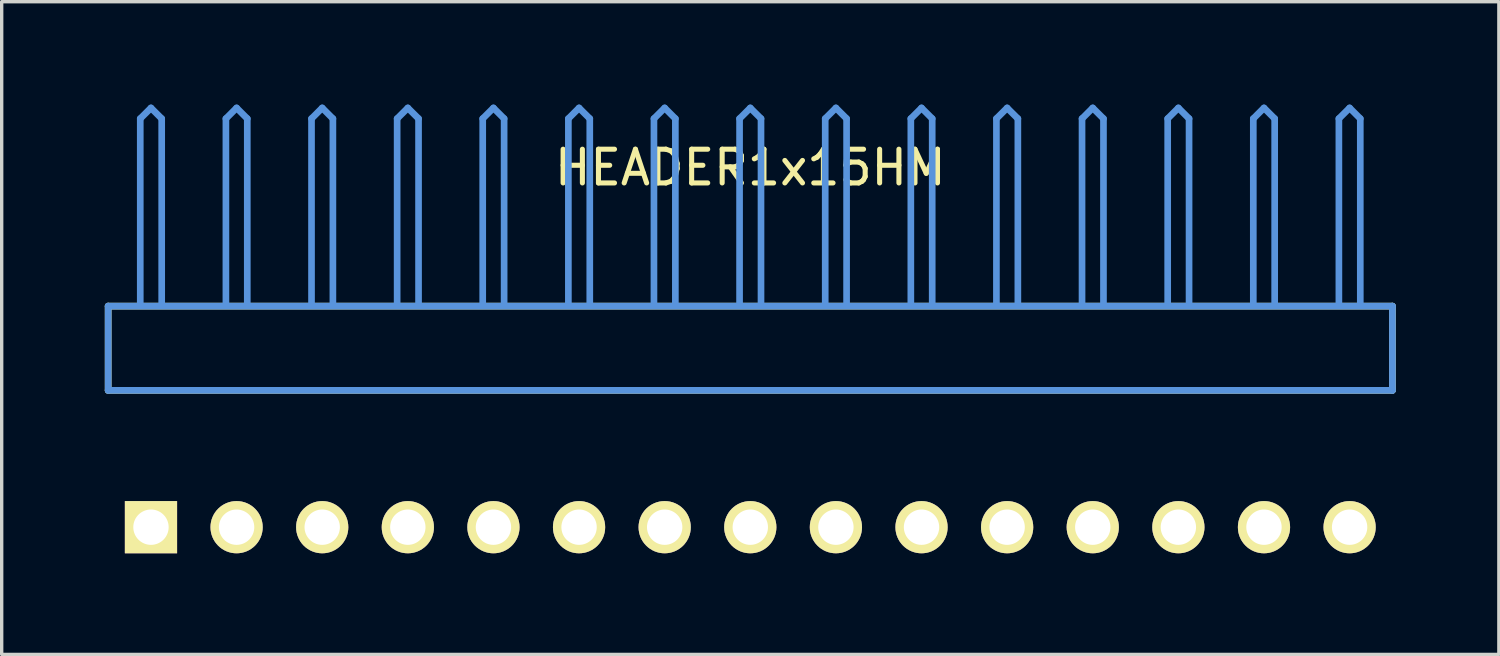
<source format=kicad_pcb>
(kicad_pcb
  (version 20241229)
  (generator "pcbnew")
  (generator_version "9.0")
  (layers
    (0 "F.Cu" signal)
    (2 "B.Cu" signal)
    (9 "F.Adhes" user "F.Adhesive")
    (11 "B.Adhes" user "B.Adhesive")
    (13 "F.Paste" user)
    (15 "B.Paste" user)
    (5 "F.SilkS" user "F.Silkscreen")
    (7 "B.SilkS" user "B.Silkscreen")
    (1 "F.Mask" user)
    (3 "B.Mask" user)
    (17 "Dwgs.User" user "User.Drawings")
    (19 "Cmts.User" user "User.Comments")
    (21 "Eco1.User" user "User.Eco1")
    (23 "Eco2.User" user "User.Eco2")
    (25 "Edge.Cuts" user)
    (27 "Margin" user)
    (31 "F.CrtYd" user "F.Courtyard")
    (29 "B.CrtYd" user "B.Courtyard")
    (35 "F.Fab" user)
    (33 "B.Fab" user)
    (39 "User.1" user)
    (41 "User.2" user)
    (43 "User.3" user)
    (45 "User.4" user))
  (footprint "HEADER1x15HM"
    (layer "F.Cu")
    (at 1.429 12.59)
    (property "Reference" "HEADER1x15HM" (at 17.78 -10.668 0) (layer "F.SilkS") (effects (font (size 1.001 1.001) (thickness 0.15))))
    (attr through_hole)
    (fp_line (start -1.27 -6.558) (end -1.27 -4.059) (stroke (width 0.198) (type solid)) (layer "F.SilkS"))
    (fp_line (start -1.27 -4.059) (end 36.83 -4.059) (stroke (width 0.198) (type solid)) (layer "F.SilkS"))
    (fp_line (start 36.83 -6.558) (end -1.27 -6.558) (stroke (width 0.198) (type solid)) (layer "F.SilkS"))
    (fp_line (start 36.83 -4.059) (end 36.83 -6.558) (stroke (width 0.198) (type solid)) (layer "F.SilkS"))
    (fp_line (start -1.27 -6.558) (end -1.27 -4.059) (stroke (width 0.198) (type solid)) (layer "Cmts.User"))
    (fp_line (start -1.27 -4.059) (end 36.83 -4.059) (stroke (width 0.198) (type solid)) (layer "Cmts.User"))
    (fp_line (start -0.318 -12.121) (end 0 -12.438) (stroke (width 0.198) (type solid)) (layer "Cmts.User"))
    (fp_line (start -0.318 -6.599) (end -0.318 -12.121) (stroke (width 0.198) (type solid)) (layer "Cmts.User"))
    (fp_line (start 0.318 -12.121) (end 0 -12.438) (stroke (width 0.198) (type solid)) (layer "Cmts.User"))
    (fp_line (start 0.318 -6.599) (end 0.318 -12.121) (stroke (width 0.198) (type solid)) (layer "Cmts.User"))
    (fp_line (start 2.223 -12.121) (end 2.54 -12.438) (stroke (width 0.198) (type solid)) (layer "Cmts.User"))
    (fp_line (start 2.223 -6.599) (end 2.223 -12.121) (stroke (width 0.198) (type solid)) (layer "Cmts.User"))
    (fp_line (start 2.857 -12.121) (end 2.54 -12.438) (stroke (width 0.198) (type solid)) (layer "Cmts.User"))
    (fp_line (start 2.857 -6.599) (end 2.857 -12.121) (stroke (width 0.198) (type solid)) (layer "Cmts.User"))
    (fp_line (start 4.763 -12.121) (end 5.08 -12.438) (stroke (width 0.198) (type solid)) (layer "Cmts.User"))
    (fp_line (start 4.763 -6.599) (end 4.763 -12.121) (stroke (width 0.198) (type solid)) (layer "Cmts.User"))
    (fp_line (start 5.397 -12.121) (end 5.08 -12.438) (stroke (width 0.198) (type solid)) (layer "Cmts.User"))
    (fp_line (start 5.397 -6.599) (end 5.397 -12.121) (stroke (width 0.198) (type solid)) (layer "Cmts.User"))
    (fp_line (start 7.303 -12.121) (end 7.62 -12.438) (stroke (width 0.198) (type solid)) (layer "Cmts.User"))
    (fp_line (start 7.303 -6.599) (end 7.303 -12.121) (stroke (width 0.198) (type solid)) (layer "Cmts.User"))
    (fp_line (start 7.938 -12.121) (end 7.62 -12.438) (stroke (width 0.198) (type solid)) (layer "Cmts.User"))
    (fp_line (start 7.938 -6.599) (end 7.938 -12.121) (stroke (width 0.198) (type solid)) (layer "Cmts.User"))
    (fp_line (start 9.842 -12.121) (end 10.16 -12.438) (stroke (width 0.198) (type solid)) (layer "Cmts.User"))
    (fp_line (start 9.842 -6.599) (end 9.842 -12.121) (stroke (width 0.198) (type solid)) (layer "Cmts.User"))
    (fp_line (start 10.477 -12.121) (end 10.16 -12.438) (stroke (width 0.198) (type solid)) (layer "Cmts.User"))
    (fp_line (start 10.477 -6.599) (end 10.477 -12.121) (stroke (width 0.198) (type solid)) (layer "Cmts.User"))
    (fp_line (start 12.383 -12.121) (end 12.7 -12.438) (stroke (width 0.198) (type solid)) (layer "Cmts.User"))
    (fp_line (start 12.383 -6.599) (end 12.383 -12.121) (stroke (width 0.198) (type solid)) (layer "Cmts.User"))
    (fp_line (start 13.018 -12.121) (end 12.7 -12.438) (stroke (width 0.198) (type solid)) (layer "Cmts.User"))
    (fp_line (start 13.018 -6.599) (end 13.018 -12.121) (stroke (width 0.198) (type solid)) (layer "Cmts.User"))
    (fp_line (start 14.922 -12.121) (end 15.24 -12.438) (stroke (width 0.198) (type solid)) (layer "Cmts.User"))
    (fp_line (start 14.922 -6.599) (end 14.922 -12.121) (stroke (width 0.198) (type solid)) (layer "Cmts.User"))
    (fp_line (start 15.557 -12.121) (end 15.24 -12.438) (stroke (width 0.198) (type solid)) (layer "Cmts.User"))
    (fp_line (start 15.557 -6.599) (end 15.557 -12.121) (stroke (width 0.198) (type solid)) (layer "Cmts.User"))
    (fp_line (start 17.462 -12.121) (end 17.78 -12.438) (stroke (width 0.198) (type solid)) (layer "Cmts.User"))
    (fp_line (start 17.462 -6.599) (end 17.462 -12.121) (stroke (width 0.198) (type solid)) (layer "Cmts.User"))
    (fp_line (start 18.098 -12.121) (end 17.78 -12.438) (stroke (width 0.198) (type solid)) (layer "Cmts.User"))
    (fp_line (start 18.098 -6.599) (end 18.098 -12.121) (stroke (width 0.198) (type solid)) (layer "Cmts.User"))
    (fp_line (start 20.003 -12.121) (end 20.32 -12.438) (stroke (width 0.198) (type solid)) (layer "Cmts.User"))
    (fp_line (start 20.003 -6.599) (end 20.003 -12.121) (stroke (width 0.198) (type solid)) (layer "Cmts.User"))
    (fp_line (start 20.637 -12.121) (end 20.32 -12.438) (stroke (width 0.198) (type solid)) (layer "Cmts.User"))
    (fp_line (start 20.637 -6.599) (end 20.637 -12.121) (stroke (width 0.198) (type solid)) (layer "Cmts.User"))
    (fp_line (start 22.543 -12.121) (end 22.86 -12.438) (stroke (width 0.198) (type solid)) (layer "Cmts.User"))
    (fp_line (start 22.543 -6.599) (end 22.543 -12.121) (stroke (width 0.198) (type solid)) (layer "Cmts.User"))
    (fp_line (start 23.177 -12.121) (end 22.86 -12.438) (stroke (width 0.198) (type solid)) (layer "Cmts.User"))
    (fp_line (start 23.177 -6.599) (end 23.177 -12.121) (stroke (width 0.198) (type solid)) (layer "Cmts.User"))
    (fp_line (start 25.082 -12.121) (end 25.4 -12.438) (stroke (width 0.198) (type solid)) (layer "Cmts.User"))
    (fp_line (start 25.082 -6.599) (end 25.082 -12.121) (stroke (width 0.198) (type solid)) (layer "Cmts.User"))
    (fp_line (start 25.718 -12.121) (end 25.4 -12.438) (stroke (width 0.198) (type solid)) (layer "Cmts.User"))
    (fp_line (start 25.718 -6.599) (end 25.718 -12.121) (stroke (width 0.198) (type solid)) (layer "Cmts.User"))
    (fp_line (start 27.622 -12.121) (end 27.94 -12.438) (stroke (width 0.198) (type solid)) (layer "Cmts.User"))
    (fp_line (start 27.622 -6.599) (end 27.622 -12.121) (stroke (width 0.198) (type solid)) (layer "Cmts.User"))
    (fp_line (start 28.258 -12.121) (end 27.94 -12.438) (stroke (width 0.198) (type solid)) (layer "Cmts.User"))
    (fp_line (start 28.258 -6.599) (end 28.258 -12.121) (stroke (width 0.198) (type solid)) (layer "Cmts.User"))
    (fp_line (start 30.163 -12.121) (end 30.48 -12.438) (stroke (width 0.198) (type solid)) (layer "Cmts.User"))
    (fp_line (start 30.163 -6.599) (end 30.163 -12.121) (stroke (width 0.198) (type solid)) (layer "Cmts.User"))
    (fp_line (start 30.797 -12.121) (end 30.48 -12.438) (stroke (width 0.198) (type solid)) (layer "Cmts.User"))
    (fp_line (start 30.797 -6.599) (end 30.797 -12.121) (stroke (width 0.198) (type solid)) (layer "Cmts.User"))
    (fp_line (start 32.703 -12.121) (end 33.02 -12.438) (stroke (width 0.198) (type solid)) (layer "Cmts.User"))
    (fp_line (start 32.703 -6.599) (end 32.703 -12.121) (stroke (width 0.198) (type solid)) (layer "Cmts.User"))
    (fp_line (start 33.337 -12.121) (end 33.02 -12.438) (stroke (width 0.198) (type solid)) (layer "Cmts.User"))
    (fp_line (start 33.337 -6.599) (end 33.337 -12.121) (stroke (width 0.198) (type solid)) (layer "Cmts.User"))
    (fp_line (start 35.242 -12.121) (end 35.56 -12.438) (stroke (width 0.198) (type solid)) (layer "Cmts.User"))
    (fp_line (start 35.242 -6.599) (end 35.242 -12.121) (stroke (width 0.198) (type solid)) (layer "Cmts.User"))
    (fp_line (start 35.877 -12.121) (end 35.56 -12.438) (stroke (width 0.198) (type solid)) (layer "Cmts.User"))
    (fp_line (start 35.877 -6.599) (end 35.877 -12.121) (stroke (width 0.198) (type solid)) (layer "Cmts.User"))
    (fp_line (start 36.83 -6.558) (end -1.27 -6.558) (stroke (width 0.198) (type solid)) (layer "Cmts.User"))
    (fp_line (start 36.83 -4.059) (end 36.83 -6.558) (stroke (width 0.198) (type solid)) (layer "Cmts.User"))
    (fp_line (start -1.379 -12.54) (end 36.939 -12.54) (stroke (width 0.099) (type solid)) (layer "Eco1.User"))
    (fp_line (start -1.379 -1.14) (end -1.379 -12.54) (stroke (width 0.099) (type solid)) (layer "Eco1.User"))
    (fp_line (start 36.939 -12.54) (end 36.939 -1.14) (stroke (width 0.099) (type solid)) (layer "Eco1.User"))
    (fp_line (start 36.939 -1.14) (end -1.379 -1.14) (stroke (width 0.099) (type solid)) (layer "Eco1.User"))
    (pad "1" thru_hole rect (at 0 0) (size 1.549 1.549) (drill 1.049) (layers "*.Cu" "*.Mask" "F.SilkS"))
    (pad "2" thru_hole circle (at 2.54 0) (size 1.549 1.549) (drill 1.049) (layers "*.Cu" "*.Mask" "F.SilkS"))
    (pad "3" thru_hole circle (at 5.08 0) (size 1.549 1.549) (drill 1.049) (layers "*.Cu" "*.Mask" "F.SilkS"))
    (pad "4" thru_hole circle (at 7.62 0) (size 1.549 1.549) (drill 1.049) (layers "*.Cu" "*.Mask" "F.SilkS"))
    (pad "5" thru_hole circle (at 10.16 0) (size 1.549 1.549) (drill 1.049) (layers "*.Cu" "*.Mask" "F.SilkS"))
    (pad "6" thru_hole circle (at 12.7 0) (size 1.549 1.549) (drill 1.049) (layers "*.Cu" "*.Mask" "F.SilkS"))
    (pad "7" thru_hole circle (at 15.24 0) (size 1.549 1.549) (drill 1.049) (layers "*.Cu" "*.Mask" "F.SilkS"))
    (pad "8" thru_hole circle (at 17.78 0) (size 1.549 1.549) (drill 1.049) (layers "*.Cu" "*.Mask" "F.SilkS"))
    (pad "9" thru_hole circle (at 20.32 0) (size 1.549 1.549) (drill 1.049) (layers "*.Cu" "*.Mask" "F.SilkS"))
    (pad "10" thru_hole circle (at 22.86 0) (size 1.549 1.549) (drill 1.049) (layers "*.Cu" "*.Mask" "F.SilkS"))
    (pad "11" thru_hole circle (at 25.4 0) (size 1.549 1.549) (drill 1.049) (layers "*.Cu" "*.Mask" "F.SilkS"))
    (pad "12" thru_hole circle (at 27.94 0) (size 1.549 1.549) (drill 1.049) (layers "*.Cu" "*.Mask" "F.SilkS"))
    (pad "13" thru_hole circle (at 30.48 0) (size 1.549 1.549) (drill 1.049) (layers "*.Cu" "*.Mask" "F.SilkS"))
    (pad "14" thru_hole circle (at 33.02 0) (size 1.549 1.549) (drill 1.049) (layers "*.Cu" "*.Mask" "F.SilkS"))
    (pad "15" thru_hole circle (at 35.56 0) (size 1.549 1.549) (drill 1.049) (layers "*.Cu" "*.Mask" "F.SilkS")))
  (gr_rect
    (start -3 -3)
    (end 41.417 16.364)
    (stroke (width 0.1) (type default))
    (fill no)
    (layer "Edge.Cuts")))
</source>
